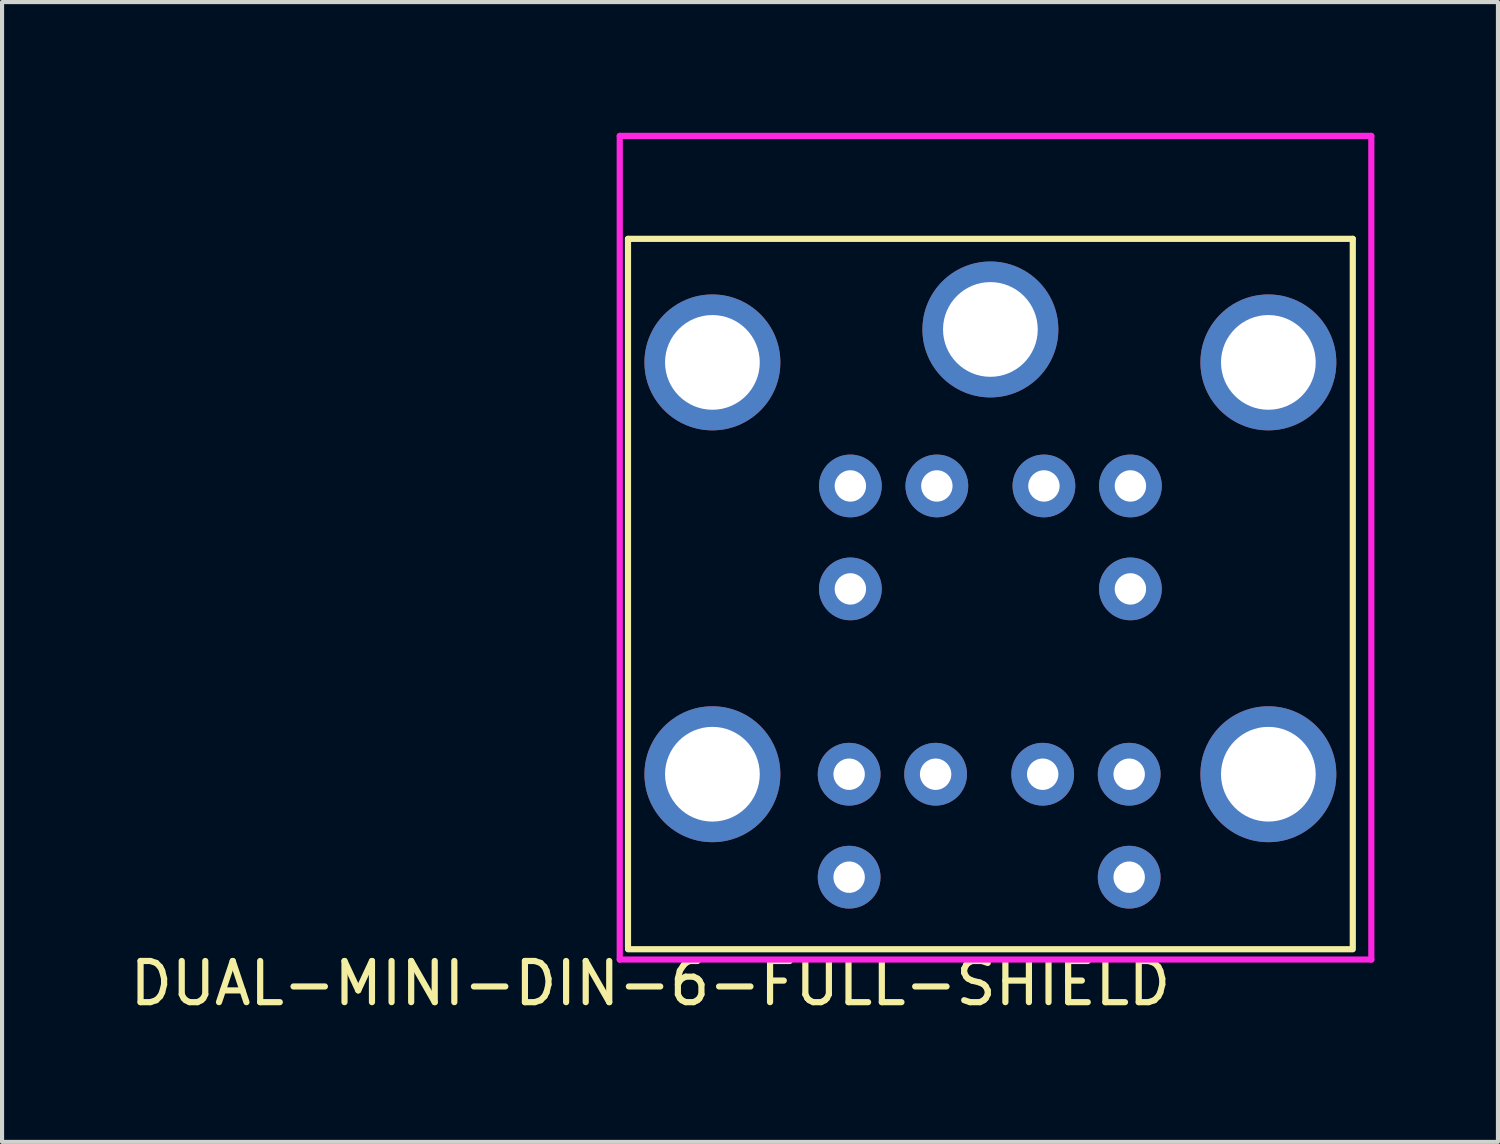
<source format=kicad_pcb>
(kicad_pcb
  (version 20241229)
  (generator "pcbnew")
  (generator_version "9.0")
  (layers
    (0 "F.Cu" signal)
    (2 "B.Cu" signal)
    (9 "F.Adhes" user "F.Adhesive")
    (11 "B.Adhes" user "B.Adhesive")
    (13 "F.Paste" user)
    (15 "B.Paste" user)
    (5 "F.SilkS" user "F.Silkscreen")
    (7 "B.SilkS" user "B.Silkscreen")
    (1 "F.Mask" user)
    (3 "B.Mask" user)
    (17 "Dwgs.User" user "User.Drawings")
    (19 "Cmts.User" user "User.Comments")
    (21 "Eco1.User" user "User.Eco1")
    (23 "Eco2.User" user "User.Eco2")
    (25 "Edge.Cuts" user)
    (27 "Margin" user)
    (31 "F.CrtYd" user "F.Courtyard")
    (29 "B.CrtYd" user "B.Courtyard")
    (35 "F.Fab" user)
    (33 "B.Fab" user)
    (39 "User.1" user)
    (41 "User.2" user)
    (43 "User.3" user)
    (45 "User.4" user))
  (footprint "DUAL-MINI-DIN-6-FULL-SHIELD"
    (layer "F.Cu")
    (at 20.999 0.25)
    (property "Reference" "DUAL-MINI-DIN-6-FULL-SHIELD" (at -8.255 20.58 0) (layer "F.SilkS") (effects (font (size 1 1) (thickness 0.15))))
    (attr through_hole)
    (fp_line (start -8.8 2.5) (end 8.8 2.5) (stroke (width 0.15) (type solid)) (layer "F.SilkS"))
    (fp_line (start -8.8 19.7) (end -8.8 2.5) (stroke (width 0.15) (type solid)) (layer "F.SilkS"))
    (fp_line (start -8.8 19.75) (end 8.8 19.75) (stroke (width 0.15) (type solid)) (layer "F.SilkS"))
    (fp_line (start 8.8 2.5) (end 8.8 19.7) (stroke (width 0.15) (type solid)) (layer "F.SilkS"))
    (fp_line (start -9 0) (end 9.25 0) (stroke (width 0.15) (type solid)) (layer "F.CrtYd"))
    (fp_line (start -9 20) (end -9 0) (stroke (width 0.15) (type solid)) (layer "F.CrtYd"))
    (fp_line (start -9 20) (end 9.25 20) (stroke (width 0.15) (type solid)) (layer "F.CrtYd"))
    (fp_line (start 9.25 0) (end 9.25 20) (stroke (width 0.15) (type solid)) (layer "F.CrtYd"))
    (pad "1" thru_hole circle (at 1.3 8.5) (size 1.524 1.524) (drill 0.762) (layers "*.Cu" "*.Mask"))
    (pad "2" thru_hole circle (at -1.3 8.5) (size 1.524 1.524) (drill 0.762) (layers "*.Cu" "*.Mask"))
    (pad "3" thru_hole circle (at 3.4 8.5) (size 1.524 1.524) (drill 0.762) (layers "*.Cu" "*.Mask"))
    (pad "4" thru_hole circle (at -3.4 8.5) (size 1.524 1.524) (drill 0.762) (layers "*.Cu" "*.Mask"))
    (pad "5" thru_hole circle (at 3.4 11) (size 1.524 1.524) (drill 0.762) (layers "*.Cu" "*.Mask"))
    (pad "6" thru_hole circle (at -3.4 11) (size 1.524 1.524) (drill 0.762) (layers "*.Cu" "*.Mask"))
    (pad "7" thru_hole circle (at 1.27 15.5) (size 1.524 1.524) (drill 0.762) (layers "*.Cu" "*.Mask"))
    (pad "8" thru_hole circle (at -1.33 15.5) (size 1.524 1.524) (drill 0.762) (layers "*.Cu" "*.Mask"))
    (pad "9" thru_hole circle (at 3.37 15.5) (size 1.524 1.524) (drill 0.762) (layers "*.Cu" "*.Mask"))
    (pad "10" thru_hole circle (at -3.43 15.5) (size 1.524 1.524) (drill 0.762) (layers "*.Cu" "*.Mask"))
    (pad "11" thru_hole circle (at 3.37 18) (size 1.524 1.524) (drill 0.762) (layers "*.Cu" "*.Mask"))
    (pad "12" thru_hole circle (at -3.43 18) (size 1.524 1.524) (drill 0.762) (layers "*.Cu" "*.Mask"))
    (pad "13" thru_hole circle (at -6.75 5.5) (size 3.3 3.3) (drill 2.3) (layers "*.Cu" "*.Mask"))
    (pad "13" thru_hole circle (at -6.75 15.5) (size 3.3 3.3) (drill 2.3) (layers "*.Cu" "*.Mask"))
    (pad "13" thru_hole circle (at 0 4.7) (size 3.3 3.3) (drill 2.3) (layers "*.Cu" "*.Mask"))
    (pad "13" thru_hole circle (at 6.75 5.5) (size 3.3 3.3) (drill 2.3) (layers "*.Cu" "*.Mask"))
    (pad "13" thru_hole circle (at 6.75 15.5) (size 3.3 3.3) (drill 2.3) (layers "*.Cu" "*.Mask")))
  (gr_rect
    (start -3 -3)
    (end 33.324 24.678)
    (stroke (width 0.1) (type default))
    (fill no)
    (layer "Edge.Cuts")))
</source>
